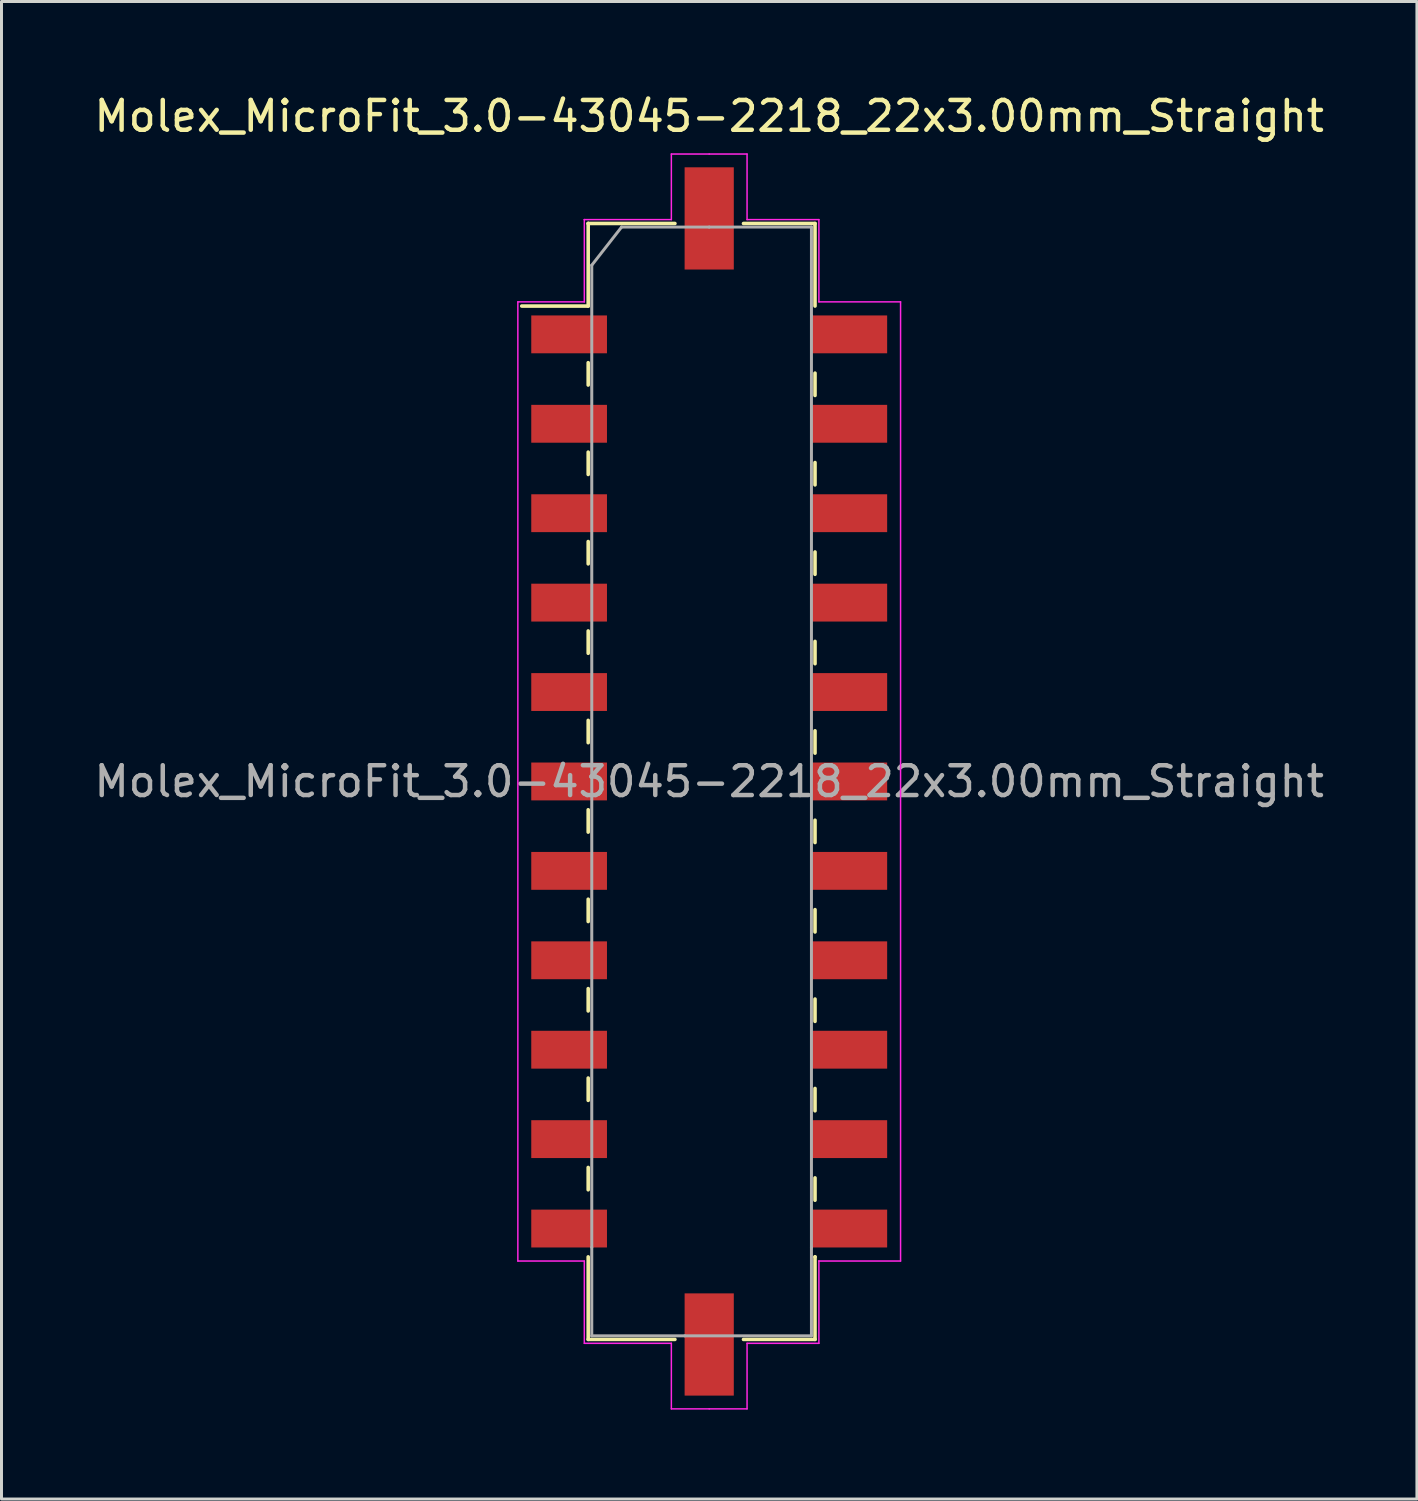
<source format=kicad_pcb>
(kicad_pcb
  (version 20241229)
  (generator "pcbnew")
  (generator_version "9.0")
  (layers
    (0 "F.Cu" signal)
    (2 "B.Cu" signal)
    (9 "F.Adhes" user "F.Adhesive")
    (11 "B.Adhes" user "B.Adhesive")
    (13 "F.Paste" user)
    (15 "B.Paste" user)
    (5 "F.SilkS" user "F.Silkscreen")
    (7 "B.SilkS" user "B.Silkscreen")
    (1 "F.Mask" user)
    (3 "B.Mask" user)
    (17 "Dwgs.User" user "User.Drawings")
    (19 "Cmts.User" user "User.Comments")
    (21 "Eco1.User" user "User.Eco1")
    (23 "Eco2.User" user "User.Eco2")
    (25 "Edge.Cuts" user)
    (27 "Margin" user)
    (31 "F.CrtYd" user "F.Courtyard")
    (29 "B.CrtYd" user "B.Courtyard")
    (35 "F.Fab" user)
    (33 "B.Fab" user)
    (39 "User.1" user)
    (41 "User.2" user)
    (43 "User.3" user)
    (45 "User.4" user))
  (footprint "Molex_MicroFit_3.0-43045-2218_22x3.00mm_Straight"
    (layer "F.Cu")
    (at 20.744 23.168)
    (property "Reference" "Molex_MicroFit_3.0-43045-2218_22x3.00mm_Straight" (at 0 -22.32 0) (layer "F.SilkS") (effects (font (size 1 1) (thickness 0.15))))
    (attr smd)
    (fp_line (start -6.29 -15.95) (end -4.06 -15.95) (stroke (width 0.12) (type solid)) (layer "F.SilkS"))
    (fp_line (start -4.06 -18.72) (end -4.06 -18.72) (stroke (width 0.12) (type solid)) (layer "F.SilkS"))
    (fp_line (start -4.06 -18.72) (end -1.15 -18.72) (stroke (width 0.12) (type solid)) (layer "F.SilkS"))
    (fp_line (start -4.06 -15.95) (end -4.06 -18.72) (stroke (width 0.12) (type solid)) (layer "F.SilkS"))
    (fp_line (start -4.06 -14.05) (end -4.06 -13.3) (stroke (width 0.12) (type solid)) (layer "F.SilkS"))
    (fp_line (start -4.06 -11.05) (end -4.06 -10.3) (stroke (width 0.12) (type solid)) (layer "F.SilkS"))
    (fp_line (start -4.06 -8.05) (end -4.06 -7.3) (stroke (width 0.12) (type solid)) (layer "F.SilkS"))
    (fp_line (start -4.06 -5.05) (end -4.06 -4.3) (stroke (width 0.12) (type solid)) (layer "F.SilkS"))
    (fp_line (start -4.06 -2.05) (end -4.06 -1.3) (stroke (width 0.12) (type solid)) (layer "F.SilkS"))
    (fp_line (start -4.06 0.95) (end -4.06 1.7) (stroke (width 0.12) (type solid)) (layer "F.SilkS"))
    (fp_line (start -4.06 3.95) (end -4.06 4.7) (stroke (width 0.12) (type solid)) (layer "F.SilkS"))
    (fp_line (start -4.06 6.95) (end -4.06 7.7) (stroke (width 0.12) (type solid)) (layer "F.SilkS"))
    (fp_line (start -4.06 9.95) (end -4.06 10.7) (stroke (width 0.12) (type solid)) (layer "F.SilkS"))
    (fp_line (start -4.06 12.95) (end -4.06 13.7) (stroke (width 0.12) (type solid)) (layer "F.SilkS"))
    (fp_line (start -4.06 18.72) (end -4.06 15.95) (stroke (width 0.12) (type solid)) (layer "F.SilkS"))
    (fp_line (start -1.15 18.72) (end -4.06 18.72) (stroke (width 0.12) (type solid)) (layer "F.SilkS"))
    (fp_line (start 1.15 -18.72) (end 3.55 -18.72) (stroke (width 0.12) (type solid)) (layer "F.SilkS"))
    (fp_line (start 3.55 -18.72) (end 3.55 -15.95) (stroke (width 0.12) (type solid)) (layer "F.SilkS"))
    (fp_line (start 3.55 -12.95) (end 3.55 -13.7) (stroke (width 0.12) (type solid)) (layer "F.SilkS"))
    (fp_line (start 3.55 -9.95) (end 3.55 -10.7) (stroke (width 0.12) (type solid)) (layer "F.SilkS"))
    (fp_line (start 3.55 -6.95) (end 3.55 -7.7) (stroke (width 0.12) (type solid)) (layer "F.SilkS"))
    (fp_line (start 3.55 -3.95) (end 3.55 -4.7) (stroke (width 0.12) (type solid)) (layer "F.SilkS"))
    (fp_line (start 3.55 -0.95) (end 3.55 -1.7) (stroke (width 0.12) (type solid)) (layer "F.SilkS"))
    (fp_line (start 3.55 2.05) (end 3.55 1.3) (stroke (width 0.12) (type solid)) (layer "F.SilkS"))
    (fp_line (start 3.55 5.05) (end 3.55 4.3) (stroke (width 0.12) (type solid)) (layer "F.SilkS"))
    (fp_line (start 3.55 8.05) (end 3.55 7.3) (stroke (width 0.12) (type solid)) (layer "F.SilkS"))
    (fp_line (start 3.55 11.05) (end 3.55 10.3) (stroke (width 0.12) (type solid)) (layer "F.SilkS"))
    (fp_line (start 3.55 14.05) (end 3.55 13.3) (stroke (width 0.12) (type solid)) (layer "F.SilkS"))
    (fp_line (start 3.55 15.95) (end 3.55 15.95) (stroke (width 0.12) (type solid)) (layer "F.SilkS"))
    (fp_line (start 3.55 15.95) (end 3.55 18.72) (stroke (width 0.12) (type solid)) (layer "F.SilkS"))
    (fp_line (start 3.55 18.72) (end 1.15 18.72) (stroke (width 0.12) (type solid)) (layer "F.SilkS"))
    (fp_line (start -6.42 -16.09) (end -4.19 -16.09) (stroke (width 0.05) (type solid)) (layer "F.CrtYd"))
    (fp_line (start -6.42 16.09) (end -6.42 -16.09) (stroke (width 0.05) (type solid)) (layer "F.CrtYd"))
    (fp_line (start -4.19 -18.85) (end -4.19 -18.85) (stroke (width 0.05) (type solid)) (layer "F.CrtYd"))
    (fp_line (start -4.19 -18.85) (end -1.27 -18.85) (stroke (width 0.05) (type solid)) (layer "F.CrtYd"))
    (fp_line (start -4.19 -16.09) (end -4.19 -18.85) (stroke (width 0.05) (type solid)) (layer "F.CrtYd"))
    (fp_line (start -4.19 16.09) (end -6.42 16.09) (stroke (width 0.05) (type solid)) (layer "F.CrtYd"))
    (fp_line (start -4.19 18.85) (end -4.19 16.09) (stroke (width 0.05) (type solid)) (layer "F.CrtYd"))
    (fp_line (start -1.27 -21.05) (end 0 -21.05) (stroke (width 0.05) (type solid)) (layer "F.CrtYd"))
    (fp_line (start -1.27 -18.85) (end -1.27 -21.05) (stroke (width 0.05) (type solid)) (layer "F.CrtYd"))
    (fp_line (start -1.27 18.85) (end -4.19 18.85) (stroke (width 0.05) (type solid)) (layer "F.CrtYd"))
    (fp_line (start -1.27 21.05) (end -1.27 18.85) (stroke (width 0.05) (type solid)) (layer "F.CrtYd"))
    (fp_line (start 0 -21.05) (end 1.27 -21.05) (stroke (width 0.05) (type solid)) (layer "F.CrtYd"))
    (fp_line (start 0 21.05) (end -1.27 21.05) (stroke (width 0.05) (type solid)) (layer "F.CrtYd"))
    (fp_line (start 1.27 -21.05) (end 1.27 -18.85) (stroke (width 0.05) (type solid)) (layer "F.CrtYd"))
    (fp_line (start 1.27 -18.85) (end 3.68 -18.85) (stroke (width 0.05) (type solid)) (layer "F.CrtYd"))
    (fp_line (start 1.27 18.85) (end 1.27 21.05) (stroke (width 0.05) (type solid)) (layer "F.CrtYd"))
    (fp_line (start 1.27 21.05) (end 0 21.05) (stroke (width 0.05) (type solid)) (layer "F.CrtYd"))
    (fp_line (start 3.68 -18.85) (end 3.68 -16.09) (stroke (width 0.05) (type solid)) (layer "F.CrtYd"))
    (fp_line (start 3.68 -16.09) (end 6.42 -16.09) (stroke (width 0.05) (type solid)) (layer "F.CrtYd"))
    (fp_line (start 3.68 16.09) (end 3.68 16.09) (stroke (width 0.05) (type solid)) (layer "F.CrtYd"))
    (fp_line (start 3.68 16.09) (end 3.68 18.85) (stroke (width 0.05) (type solid)) (layer "F.CrtYd"))
    (fp_line (start 3.68 18.85) (end 1.27 18.85) (stroke (width 0.05) (type solid)) (layer "F.CrtYd"))
    (fp_line (start 6.42 -16.09) (end 6.42 16.09) (stroke (width 0.05) (type solid)) (layer "F.CrtYd"))
    (fp_line (start 6.42 16.09) (end 3.68 16.09) (stroke (width 0.05) (type solid)) (layer "F.CrtYd"))
    (fp_line (start -3.94 -17.32) (end -2.94 -18.6) (stroke (width 0.1) (type solid)) (layer "F.Fab"))
    (fp_line (start -3.94 15.63) (end -3.94 -17.32) (stroke (width 0.1) (type solid)) (layer "F.Fab"))
    (fp_line (start -3.94 18.6) (end -3.94 15.63) (stroke (width 0.1) (type solid)) (layer "F.Fab"))
    (fp_line (start -2.94 -18.6) (end 0 -18.6) (stroke (width 0.1) (type solid)) (layer "F.Fab"))
    (fp_line (start -0.82 18.6) (end -3.94 18.6) (stroke (width 0.1) (type solid)) (layer "F.Fab"))
    (fp_line (start 0 -18.6) (end 3.43 -18.6) (stroke (width 0.1) (type solid)) (layer "F.Fab"))
    (fp_line (start 3.43 -18.6) (end 3.43 -15.63) (stroke (width 0.1) (type solid)) (layer "F.Fab"))
    (fp_line (start 3.43 -15.63) (end 3.43 15.63) (stroke (width 0.1) (type solid)) (layer "F.Fab"))
    (fp_line (start 3.43 15.63) (end 3.43 18.6) (stroke (width 0.1) (type solid)) (layer "F.Fab"))
    (fp_line (start 3.43 18.6) (end -0.82 18.6) (stroke (width 0.1) (type solid)) (layer "F.Fab"))
    (fp_text user "${REFERENCE}" (at 0 0 0) (layer "F.Fab") (effects (font (size 1 1) (thickness 0.15))))
    (pad "" smd rect (at 0 -18.89) (size 1.65 3.43) (layers "F.Cu" "F.Mask" "F.Paste"))
    (pad "" smd rect (at 0 18.89) (size 1.65 3.43) (layers "F.Cu" "F.Mask" "F.Paste"))
    (pad "1" smd rect (at -4.7 -15) (size 2.54 1.27) (layers "F.Cu" "F.Mask" "F.Paste"))
    (pad "2" smd rect (at -4.7 -12) (size 2.54 1.27) (layers "F.Cu" "F.Mask" "F.Paste"))
    (pad "3" smd rect (at -4.7 -9) (size 2.54 1.27) (layers "F.Cu" "F.Mask" "F.Paste"))
    (pad "4" smd rect (at -4.7 -6) (size 2.54 1.27) (layers "F.Cu" "F.Mask" "F.Paste"))
    (pad "5" smd rect (at -4.7 -3) (size 2.54 1.27) (layers "F.Cu" "F.Mask" "F.Paste"))
    (pad "6" smd rect (at -4.7 0) (size 2.54 1.27) (layers "F.Cu" "F.Mask" "F.Paste"))
    (pad "7" smd rect (at -4.7 3) (size 2.54 1.27) (layers "F.Cu" "F.Mask" "F.Paste"))
    (pad "8" smd rect (at -4.7 6) (size 2.54 1.27) (layers "F.Cu" "F.Mask" "F.Paste"))
    (pad "9" smd rect (at -4.7 9) (size 2.54 1.27) (layers "F.Cu" "F.Mask" "F.Paste"))
    (pad "10" smd rect (at -4.7 12) (size 2.54 1.27) (layers "F.Cu" "F.Mask" "F.Paste"))
    (pad "11" smd rect (at -4.7 15) (size 2.54 1.27) (layers "F.Cu" "F.Mask" "F.Paste"))
    (pad "12" smd rect (at 4.7 15) (size 2.54 1.27) (layers "F.Cu" "F.Mask" "F.Paste"))
    (pad "13" smd rect (at 4.7 12) (size 2.54 1.27) (layers "F.Cu" "F.Mask" "F.Paste"))
    (pad "14" smd rect (at 4.7 9) (size 2.54 1.27) (layers "F.Cu" "F.Mask" "F.Paste"))
    (pad "15" smd rect (at 4.7 6) (size 2.54 1.27) (layers "F.Cu" "F.Mask" "F.Paste"))
    (pad "16" smd rect (at 4.7 3) (size 2.54 1.27) (layers "F.Cu" "F.Mask" "F.Paste"))
    (pad "17" smd rect (at 4.7 0) (size 2.54 1.27) (layers "F.Cu" "F.Mask" "F.Paste"))
    (pad "18" smd rect (at 4.7 -3) (size 2.54 1.27) (layers "F.Cu" "F.Mask" "F.Paste"))
    (pad "19" smd rect (at 4.7 -6) (size 2.54 1.27) (layers "F.Cu" "F.Mask" "F.Paste"))
    (pad "20" smd rect (at 4.7 -9) (size 2.54 1.27) (layers "F.Cu" "F.Mask" "F.Paste"))
    (pad "21" smd rect (at 4.7 -12) (size 2.54 1.27) (layers "F.Cu" "F.Mask" "F.Paste"))
    (pad "22" smd rect (at 4.7 -15) (size 2.54 1.27) (layers "F.Cu" "F.Mask" "F.Paste")))
  (gr_rect
    (start -3 -3)
    (end 44.488 47.243)
    (stroke (width 0.1) (type default))
    (fill no)
    (layer "Edge.Cuts")))
</source>
